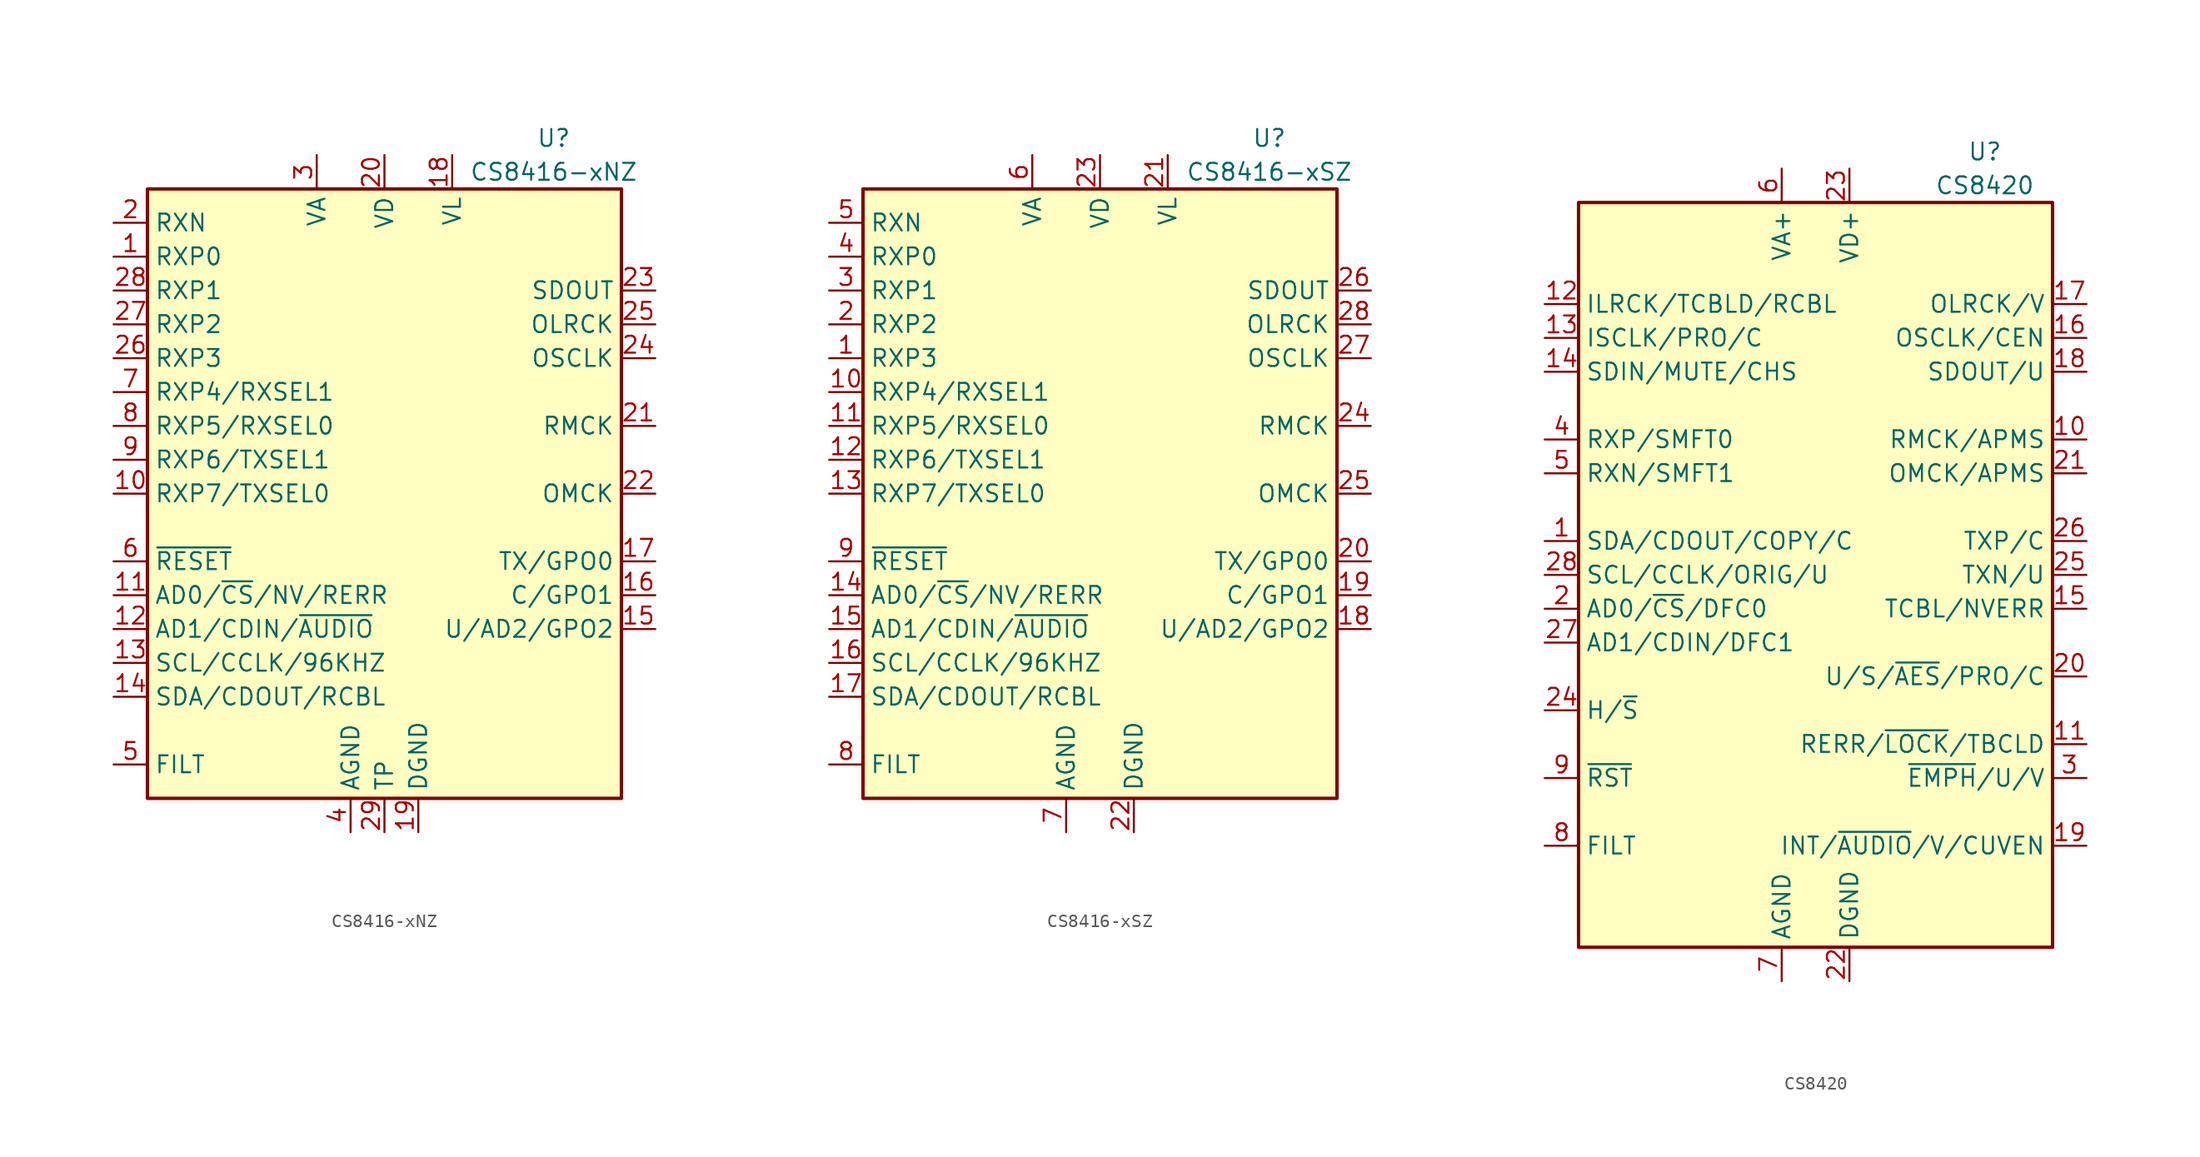
<source format=kicad_sym>
(kicad_symbol_lib
  (version 20241209)
  (generator "kicad_symbol_editor")
  (generator_version "9.0")
  (symbol "CS8416-xNZ"
    (property "Reference" "U"
      (at 12.7 26.67 0)
      (effects (font (size 1.27 1.27))))
    (property "Value" "CS8416-xNZ"
      (at 12.7 24.13 0)
      (effects (font (size 1.27 1.27))))
    (symbol "CS8416-xNZ_0_1"
      (rectangle (start -17.78 22.86) (end 17.78 -22.86) (stroke (width 0.254) (type default)) (fill (type background))))
    (symbol "CS8416-xNZ_1_1"
      (pin input line (at -20.32 20.32 0) (length 2.54) (name "RXN" (effects (font (size 1.27 1.27)))) (number "2" (effects (font (size 1.27 1.27)))))
      (pin input line (at -20.32 17.78 0) (length 2.54) (name "RXP0" (effects (font (size 1.27 1.27)))) (number "1" (effects (font (size 1.27 1.27)))))
      (pin input line (at -20.32 15.24 0) (length 2.54) (name "RXP1" (effects (font (size 1.27 1.27)))) (number "28" (effects (font (size 1.27 1.27)))))
      (pin input line (at -20.32 12.7 0) (length 2.54) (name "RXP2" (effects (font (size 1.27 1.27)))) (number "27" (effects (font (size 1.27 1.27)))))
      (pin input line (at -20.32 10.16 0) (length 2.54) (name "RXP3" (effects (font (size 1.27 1.27)))) (number "26" (effects (font (size 1.27 1.27)))))
      (pin input line (at -20.32 7.62 0) (length 2.54) (name "RXP4/RXSEL1" (effects (font (size 1.27 1.27)))) (number "7" (effects (font (size 1.27 1.27)))))
      (pin input line (at -20.32 5.08 0) (length 2.54) (name "RXP5/RXSEL0" (effects (font (size 1.27 1.27)))) (number "8" (effects (font (size 1.27 1.27)))))
      (pin input line (at -20.32 2.54 0) (length 2.54) (name "RXP6/TXSEL1" (effects (font (size 1.27 1.27)))) (number "9" (effects (font (size 1.27 1.27)))))
      (pin input line (at -20.32 0 0) (length 2.54) (name "RXP7/TXSEL0" (effects (font (size 1.27 1.27)))) (number "10" (effects (font (size 1.27 1.27)))))
      (pin input line (at -20.32 -5.08 0) (length 2.54) (name "~{RESET}" (effects (font (size 1.27 1.27)))) (number "6" (effects (font (size 1.27 1.27)))))
      (pin input line (at -20.32 -7.62 0) (length 2.54) (name "AD0/~{CS}/NV/RERR" (effects (font (size 1.27 1.27)))) (number "11" (effects (font (size 1.27 1.27)))))
      (pin input line (at -20.32 -10.16 0) (length 2.54) (name "AD1/CDIN/~{AUDIO}" (effects (font (size 1.27 1.27)))) (number "12" (effects (font (size 1.27 1.27)))))
      (pin input line (at -20.32 -12.7 0) (length 2.54) (name "SCL/CCLK/96KHZ" (effects (font (size 1.27 1.27)))) (number "13" (effects (font (size 1.27 1.27)))))
      (pin bidirectional line (at -20.32 -15.24 0) (length 2.54) (name "SDA/CDOUT/RCBL" (effects (font (size 1.27 1.27)))) (number "14" (effects (font (size 1.27 1.27)))))
      (pin passive line (at -20.32 -20.32 0) (length 2.54) (name "FILT" (effects (font (size 1.27 1.27)))) (number "5" (effects (font (size 1.27 1.27)))))
      (pin power_in line (at -5.08 25.4 270) (length 2.54) (name "VA" (effects (font (size 1.27 1.27)))) (number "3" (effects (font (size 1.27 1.27)))))
      (pin power_in line (at -2.54 -25.4 90) (length 2.54) (name "AGND" (effects (font (size 1.27 1.27)))) (number "4" (effects (font (size 1.27 1.27)))))
      (pin power_in line (at 0 25.4 270) (length 2.54) (name "VD" (effects (font (size 1.27 1.27)))) (number "20" (effects (font (size 1.27 1.27)))))
      (pin power_in line (at 0 -25.4 90) (length 2.54) (name "TP" (effects (font (size 1.27 1.27)))) (number "29" (effects (font (size 1.27 1.27)))))
      (pin power_in line (at 2.54 -25.4 90) (length 2.54) (name "DGND" (effects (font (size 1.27 1.27)))) (number "19" (effects (font (size 1.27 1.27)))))
      (pin power_in line (at 5.08 25.4 270) (length 2.54) (name "VL" (effects (font (size 1.27 1.27)))) (number "18" (effects (font (size 1.27 1.27)))))
      (pin output line (at 20.32 15.24 180) (length 2.54) (name "SDOUT" (effects (font (size 1.27 1.27)))) (number "23" (effects (font (size 1.27 1.27)))))
      (pin bidirectional line (at 20.32 12.7 180) (length 2.54) (name "OLRCK" (effects (font (size 1.27 1.27)))) (number "25" (effects (font (size 1.27 1.27)))))
      (pin bidirectional line (at 20.32 10.16 180) (length 2.54) (name "OSCLK" (effects (font (size 1.27 1.27)))) (number "24" (effects (font (size 1.27 1.27)))))
      (pin output line (at 20.32 5.08 180) (length 2.54) (name "RMCK" (effects (font (size 1.27 1.27)))) (number "21" (effects (font (size 1.27 1.27)))))
      (pin input line (at 20.32 0 180) (length 2.54) (name "OMCK" (effects (font (size 1.27 1.27)))) (number "22" (effects (font (size 1.27 1.27)))))
      (pin output line (at 20.32 -5.08 180) (length 2.54) (name "TX/GPO0" (effects (font (size 1.27 1.27)))) (number "17" (effects (font (size 1.27 1.27)))))
      (pin output line (at 20.32 -7.62 180) (length 2.54) (name "C/GPO1" (effects (font (size 1.27 1.27)))) (number "16" (effects (font (size 1.27 1.27)))))
      (pin output line (at 20.32 -10.16 180) (length 2.54) (name "U/AD2/GPO2" (effects (font (size 1.27 1.27)))) (number "15" (effects (font (size 1.27 1.27)))))))
  (symbol "CS8416-xSZ"
    (property "Reference" "U"
      (at 12.7 26.67 0)
      (effects (font (size 1.27 1.27))))
    (property "Value" "CS8416-xSZ"
      (at 12.7 24.13 0)
      (effects (font (size 1.27 1.27))))
    (symbol "CS8416-xSZ_0_1"
      (rectangle (start -17.78 22.86) (end 17.78 -22.86) (stroke (width 0.254) (type default)) (fill (type background))))
    (symbol "CS8416-xSZ_1_1"
      (pin input line (at -20.32 20.32 0) (length 2.54) (name "RXN" (effects (font (size 1.27 1.27)))) (number "5" (effects (font (size 1.27 1.27)))))
      (pin input line (at -20.32 17.78 0) (length 2.54) (name "RXP0" (effects (font (size 1.27 1.27)))) (number "4" (effects (font (size 1.27 1.27)))))
      (pin input line (at -20.32 15.24 0) (length 2.54) (name "RXP1" (effects (font (size 1.27 1.27)))) (number "3" (effects (font (size 1.27 1.27)))))
      (pin input line (at -20.32 12.7 0) (length 2.54) (name "RXP2" (effects (font (size 1.27 1.27)))) (number "2" (effects (font (size 1.27 1.27)))))
      (pin input line (at -20.32 10.16 0) (length 2.54) (name "RXP3" (effects (font (size 1.27 1.27)))) (number "1" (effects (font (size 1.27 1.27)))))
      (pin input line (at -20.32 7.62 0) (length 2.54) (name "RXP4/RXSEL1" (effects (font (size 1.27 1.27)))) (number "10" (effects (font (size 1.27 1.27)))))
      (pin input line (at -20.32 5.08 0) (length 2.54) (name "RXP5/RXSEL0" (effects (font (size 1.27 1.27)))) (number "11" (effects (font (size 1.27 1.27)))))
      (pin input line (at -20.32 2.54 0) (length 2.54) (name "RXP6/TXSEL1" (effects (font (size 1.27 1.27)))) (number "12" (effects (font (size 1.27 1.27)))))
      (pin input line (at -20.32 0 0) (length 2.54) (name "RXP7/TXSEL0" (effects (font (size 1.27 1.27)))) (number "13" (effects (font (size 1.27 1.27)))))
      (pin input line (at -20.32 -5.08 0) (length 2.54) (name "~{RESET}" (effects (font (size 1.27 1.27)))) (number "9" (effects (font (size 1.27 1.27)))))
      (pin input line (at -20.32 -7.62 0) (length 2.54) (name "AD0/~{CS}/NV/RERR" (effects (font (size 1.27 1.27)))) (number "14" (effects (font (size 1.27 1.27)))))
      (pin input line (at -20.32 -10.16 0) (length 2.54) (name "AD1/CDIN/~{AUDIO}" (effects (font (size 1.27 1.27)))) (number "15" (effects (font (size 1.27 1.27)))))
      (pin input line (at -20.32 -12.7 0) (length 2.54) (name "SCL/CCLK/96KHZ" (effects (font (size 1.27 1.27)))) (number "16" (effects (font (size 1.27 1.27)))))
      (pin bidirectional line (at -20.32 -15.24 0) (length 2.54) (name "SDA/CDOUT/RCBL" (effects (font (size 1.27 1.27)))) (number "17" (effects (font (size 1.27 1.27)))))
      (pin passive line (at -20.32 -20.32 0) (length 2.54) (name "FILT" (effects (font (size 1.27 1.27)))) (number "8" (effects (font (size 1.27 1.27)))))
      (pin power_in line (at -5.08 25.4 270) (length 2.54) (name "VA" (effects (font (size 1.27 1.27)))) (number "6" (effects (font (size 1.27 1.27)))))
      (pin power_in line (at -2.54 -25.4 90) (length 2.54) (name "AGND" (effects (font (size 1.27 1.27)))) (number "7" (effects (font (size 1.27 1.27)))))
      (pin power_in line (at 0 25.4 270) (length 2.54) (name "VD" (effects (font (size 1.27 1.27)))) (number "23" (effects (font (size 1.27 1.27)))))
      (pin power_in line (at 2.54 -25.4 90) (length 2.54) (name "DGND" (effects (font (size 1.27 1.27)))) (number "22" (effects (font (size 1.27 1.27)))))
      (pin power_in line (at 5.08 25.4 270) (length 2.54) (name "VL" (effects (font (size 1.27 1.27)))) (number "21" (effects (font (size 1.27 1.27)))))
      (pin output line (at 20.32 15.24 180) (length 2.54) (name "SDOUT" (effects (font (size 1.27 1.27)))) (number "26" (effects (font (size 1.27 1.27)))))
      (pin bidirectional line (at 20.32 12.7 180) (length 2.54) (name "OLRCK" (effects (font (size 1.27 1.27)))) (number "28" (effects (font (size 1.27 1.27)))))
      (pin bidirectional line (at 20.32 10.16 180) (length 2.54) (name "OSCLK" (effects (font (size 1.27 1.27)))) (number "27" (effects (font (size 1.27 1.27)))))
      (pin output line (at 20.32 5.08 180) (length 2.54) (name "RMCK" (effects (font (size 1.27 1.27)))) (number "24" (effects (font (size 1.27 1.27)))))
      (pin input line (at 20.32 0 180) (length 2.54) (name "OMCK" (effects (font (size 1.27 1.27)))) (number "25" (effects (font (size 1.27 1.27)))))
      (pin output line (at 20.32 -5.08 180) (length 2.54) (name "TX/GPO0" (effects (font (size 1.27 1.27)))) (number "20" (effects (font (size 1.27 1.27)))))
      (pin output line (at 20.32 -7.62 180) (length 2.54) (name "C/GPO1" (effects (font (size 1.27 1.27)))) (number "19" (effects (font (size 1.27 1.27)))))
      (pin output line (at 20.32 -10.16 180) (length 2.54) (name "U/AD2/GPO2" (effects (font (size 1.27 1.27)))) (number "18" (effects (font (size 1.27 1.27)))))))
  (symbol "CS8420"
    (property "Reference" "U"
      (at 12.7 31.75 0)
      (effects (font (size 1.27 1.27))))
    (property "Value" "CS8420"
      (at 12.7 29.21 0)
      (effects (font (size 1.27 1.27))))
    (symbol "CS8420_0_1"
      (rectangle (start -17.78 27.94) (end 17.78 -27.94) (stroke (width 0.254) (type default)) (fill (type background))))
    (symbol "CS8420_1_1"
      (pin bidirectional line (at -20.32 20.32 0) (length 2.54) (name "ILRCK/TCBLD/RCBL" (effects (font (size 1.27 1.27)))) (number "12" (effects (font (size 1.27 1.27)))))
      (pin bidirectional line (at -20.32 17.78 0) (length 2.54) (name "ISCLK/PRO/C" (effects (font (size 1.27 1.27)))) (number "13" (effects (font (size 1.27 1.27)))))
      (pin input line (at -20.32 15.24 0) (length 2.54) (name "SDIN/MUTE/CHS" (effects (font (size 1.27 1.27)))) (number "14" (effects (font (size 1.27 1.27)))))
      (pin input line (at -20.32 10.16 0) (length 2.54) (name "RXP/SMFT0" (effects (font (size 1.27 1.27)))) (number "4" (effects (font (size 1.27 1.27)))))
      (pin input line (at -20.32 7.62 0) (length 2.54) (name "RXN/SMFT1" (effects (font (size 1.27 1.27)))) (number "5" (effects (font (size 1.27 1.27)))))
      (pin bidirectional line (at -20.32 2.54 0) (length 2.54) (name "SDA/CDOUT/COPY/C" (effects (font (size 1.27 1.27)))) (number "1" (effects (font (size 1.27 1.27)))))
      (pin bidirectional line (at -20.32 0 0) (length 2.54) (name "SCL/CCLK/ORIG/U" (effects (font (size 1.27 1.27)))) (number "28" (effects (font (size 1.27 1.27)))))
      (pin input line (at -20.32 -2.54 0) (length 2.54) (name "AD0/~{CS}/DFC0" (effects (font (size 1.27 1.27)))) (number "2" (effects (font (size 1.27 1.27)))))
      (pin input line (at -20.32 -5.08 0) (length 2.54) (name "AD1/CDIN/DFC1" (effects (font (size 1.27 1.27)))) (number "27" (effects (font (size 1.27 1.27)))))
      (pin input line (at -20.32 -10.16 0) (length 2.54) (name "H/~{S}" (effects (font (size 1.27 1.27)))) (number "24" (effects (font (size 1.27 1.27)))))
      (pin input line (at -20.32 -15.24 0) (length 2.54) (name "~{RST}" (effects (font (size 1.27 1.27)))) (number "9" (effects (font (size 1.27 1.27)))))
      (pin passive line (at -20.32 -20.32 0) (length 2.54) (name "FILT" (effects (font (size 1.27 1.27)))) (number "8" (effects (font (size 1.27 1.27)))))
      (pin power_in line (at -2.54 30.48 270) (length 2.54) (name "VA+" (effects (font (size 1.27 1.27)))) (number "6" (effects (font (size 1.27 1.27)))))
      (pin power_in line (at -2.54 -30.48 90) (length 2.54) (name "AGND" (effects (font (size 1.27 1.27)))) (number "7" (effects (font (size 1.27 1.27)))))
      (pin power_in line (at 2.54 30.48 270) (length 2.54) (name "VD+" (effects (font (size 1.27 1.27)))) (number "23" (effects (font (size 1.27 1.27)))))
      (pin power_in line (at 2.54 -30.48 90) (length 2.54) (name "DGND" (effects (font (size 1.27 1.27)))) (number "22" (effects (font (size 1.27 1.27)))))
      (pin bidirectional line (at 20.32 20.32 180) (length 2.54) (name "OLRCK/V" (effects (font (size 1.27 1.27)))) (number "17" (effects (font (size 1.27 1.27)))))
      (pin bidirectional line (at 20.32 17.78 180) (length 2.54) (name "OSCLK/CEN" (effects (font (size 1.27 1.27)))) (number "16" (effects (font (size 1.27 1.27)))))
      (pin bidirectional line (at 20.32 15.24 180) (length 2.54) (name "SDOUT/U" (effects (font (size 1.27 1.27)))) (number "18" (effects (font (size 1.27 1.27)))))
      (pin bidirectional line (at 20.32 10.16 180) (length 2.54) (name "RMCK/APMS" (effects (font (size 1.27 1.27)))) (number "10" (effects (font (size 1.27 1.27)))))
      (pin input line (at 20.32 7.62 180) (length 2.54) (name "OMCK/APMS" (effects (font (size 1.27 1.27)))) (number "21" (effects (font (size 1.27 1.27)))))
      (pin output line (at 20.32 2.54 180) (length 2.54) (name "TXP/C" (effects (font (size 1.27 1.27)))) (number "26" (effects (font (size 1.27 1.27)))))
      (pin output line (at 20.32 0 180) (length 2.54) (name "TXN/U" (effects (font (size 1.27 1.27)))) (number "25" (effects (font (size 1.27 1.27)))))
      (pin bidirectional line (at 20.32 -2.54 180) (length 2.54) (name "TCBL/NVERR" (effects (font (size 1.27 1.27)))) (number "15" (effects (font (size 1.27 1.27)))))
      (pin bidirectional line (at 20.32 -7.62 180) (length 2.54) (name "U/S/~{AES}/PRO/C" (effects (font (size 1.27 1.27)))) (number "20" (effects (font (size 1.27 1.27)))))
      (pin output line (at 20.32 -12.7 180) (length 2.54) (name "RERR/~{LOCK}/TBCLD" (effects (font (size 1.27 1.27)))) (number "11" (effects (font (size 1.27 1.27)))))
      (pin bidirectional line (at 20.32 -15.24 180) (length 2.54) (name "~{EMPH}/U/V" (effects (font (size 1.27 1.27)))) (number "3" (effects (font (size 1.27 1.27)))))
      (pin bidirectional line (at 20.32 -20.32 180) (length 2.54) (name "INT/~{AUDIO}/V/CUVEN" (effects (font (size 1.27 1.27)))) (number "19" (effects (font (size 1.27 1.27))))))))
</source>
